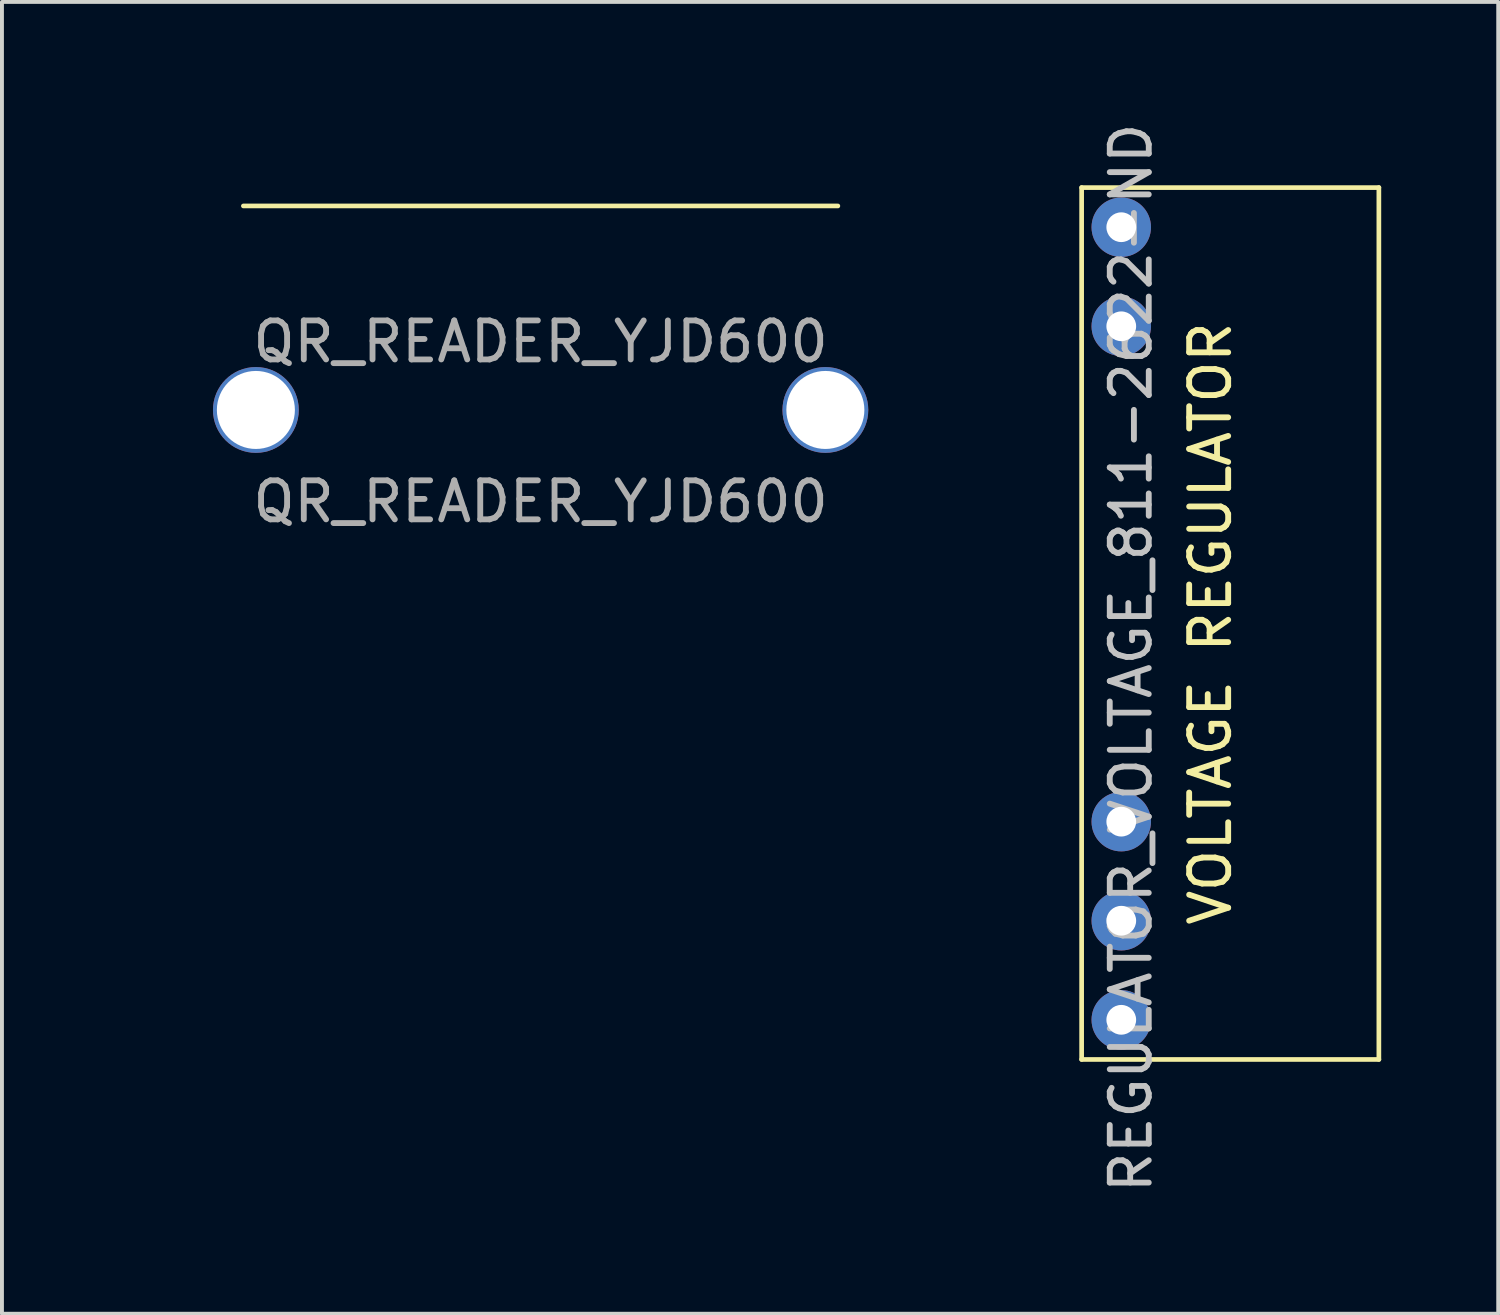
<source format=kicad_pcb>
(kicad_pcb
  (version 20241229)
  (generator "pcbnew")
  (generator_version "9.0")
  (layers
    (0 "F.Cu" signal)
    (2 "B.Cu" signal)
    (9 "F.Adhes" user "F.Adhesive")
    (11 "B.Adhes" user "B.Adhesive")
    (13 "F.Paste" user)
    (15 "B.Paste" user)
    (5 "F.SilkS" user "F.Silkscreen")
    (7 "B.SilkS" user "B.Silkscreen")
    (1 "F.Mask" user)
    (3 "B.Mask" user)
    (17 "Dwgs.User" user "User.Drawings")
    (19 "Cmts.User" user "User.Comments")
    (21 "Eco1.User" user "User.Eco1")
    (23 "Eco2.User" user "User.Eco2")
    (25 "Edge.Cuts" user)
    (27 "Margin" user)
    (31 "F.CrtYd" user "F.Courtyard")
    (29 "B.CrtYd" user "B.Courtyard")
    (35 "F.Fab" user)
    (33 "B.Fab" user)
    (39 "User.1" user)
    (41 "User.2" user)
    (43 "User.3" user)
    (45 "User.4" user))
  (footprint "REGULATOR_VOLTAGE_811-2622-ND"
    (layer "F.Cu")
    (at 25.696 23.095)
    (property "Reference" "REGULATOR_VOLTAGE_811-2622-ND" (at 0.25 -9.28 90) (layer "Dwgs.User") (effects (font (size 1 1) (thickness 0.15))))
    (attr through_hole)
    (fp_line (start -1.016 -21.336) (end 6.604 -21.336) (stroke (width 0.12) (type solid)) (layer "F.SilkS"))
    (fp_line (start -1.016 1.016) (end -1.016 -21.336) (stroke (width 0.12) (type solid)) (layer "F.SilkS"))
    (fp_line (start 6.604 -21.336) (end 6.604 1.016) (stroke (width 0.12) (type solid)) (layer "F.SilkS"))
    (fp_line (start 6.604 1.016) (end -1.016 1.016) (stroke (width 0.12) (type solid)) (layer "F.SilkS"))
    (fp_text user "VOLTAGE REGULATOR" (at 2.286 -10.16 270) (layer "F.SilkS") (effects (font (size 1 1) (thickness 0.15))))
    (pad "1" thru_hole circle (at 0 0) (size 1.524 1.524) (drill 0.762) (layers "*.Cu" "*.Mask"))
    (pad "2" thru_hole circle (at 0 -2.54) (size 1.524 1.524) (drill 0.762) (layers "*.Cu" "*.Mask"))
    (pad "3" thru_hole circle (at 0 -5.08) (size 1.524 1.524) (drill 0.762) (layers "*.Cu" "*.Mask"))
    (pad "4" thru_hole circle (at 0 -17.78) (size 1.524 1.524) (drill 0.762) (layers "*.Cu" "*.Mask"))
    (pad "5" thru_hole circle (at 0 -20.32) (size 1.524 1.524) (drill 0.762) (layers "*.Cu" "*.Mask")))
  (footprint "QR_READER_YJD600"
    (layer "F.Cu")
    (at 10.81 7.31)
    (property "Reference" "QR_READER_YJD600" (at 0 -1.6 0) (unlocked yes) (layer "F.Fab") (effects (font (size 1 1) (thickness 0.15))))
    (attr smd)
    (fp_line (start -7.62 -5.08) (end 7.62 -5.08) (stroke (width 0.12) (type solid)) (layer "F.SilkS"))
    (fp_line (start -10.75 -7.25) (end 10.75 -7.25) (stroke (width 0.12) (type solid)) (layer "Eco1.User"))
    (fp_line (start -10.75 7.25) (end -10.75 -7.25) (stroke (width 0.12) (type solid)) (layer "Eco1.User"))
    (fp_line (start 10.75 -7.25) (end 10.75 7.25) (stroke (width 0.12) (type solid)) (layer "Eco1.User"))
    (fp_line (start 10.75 7.25) (end -10.75 7.25) (stroke (width 0.12) (type solid)) (layer "Eco1.User"))
    (fp_text user "${REFERENCE}" (at 0 2.5 0) (unlocked yes) (layer "F.Fab") (effects (font (size 1 1) (thickness 0.15))))
    (pad "" np_thru_hole circle (at -7.3 0.15) (size 2.2 2.2) (drill 2) (layers "*.Cu" "*.Mask"))
    (pad "" np_thru_hole circle (at 7.3 0.15) (size 2.2 2.2) (drill 2) (layers "*.Cu" "*.Mask")))
  (gr_rect
    (start -3 -3)
    (end 35.36 30.631)
    (stroke (width 0.1) (type default))
    (fill no)
    (layer "Edge.Cuts")))
</source>
